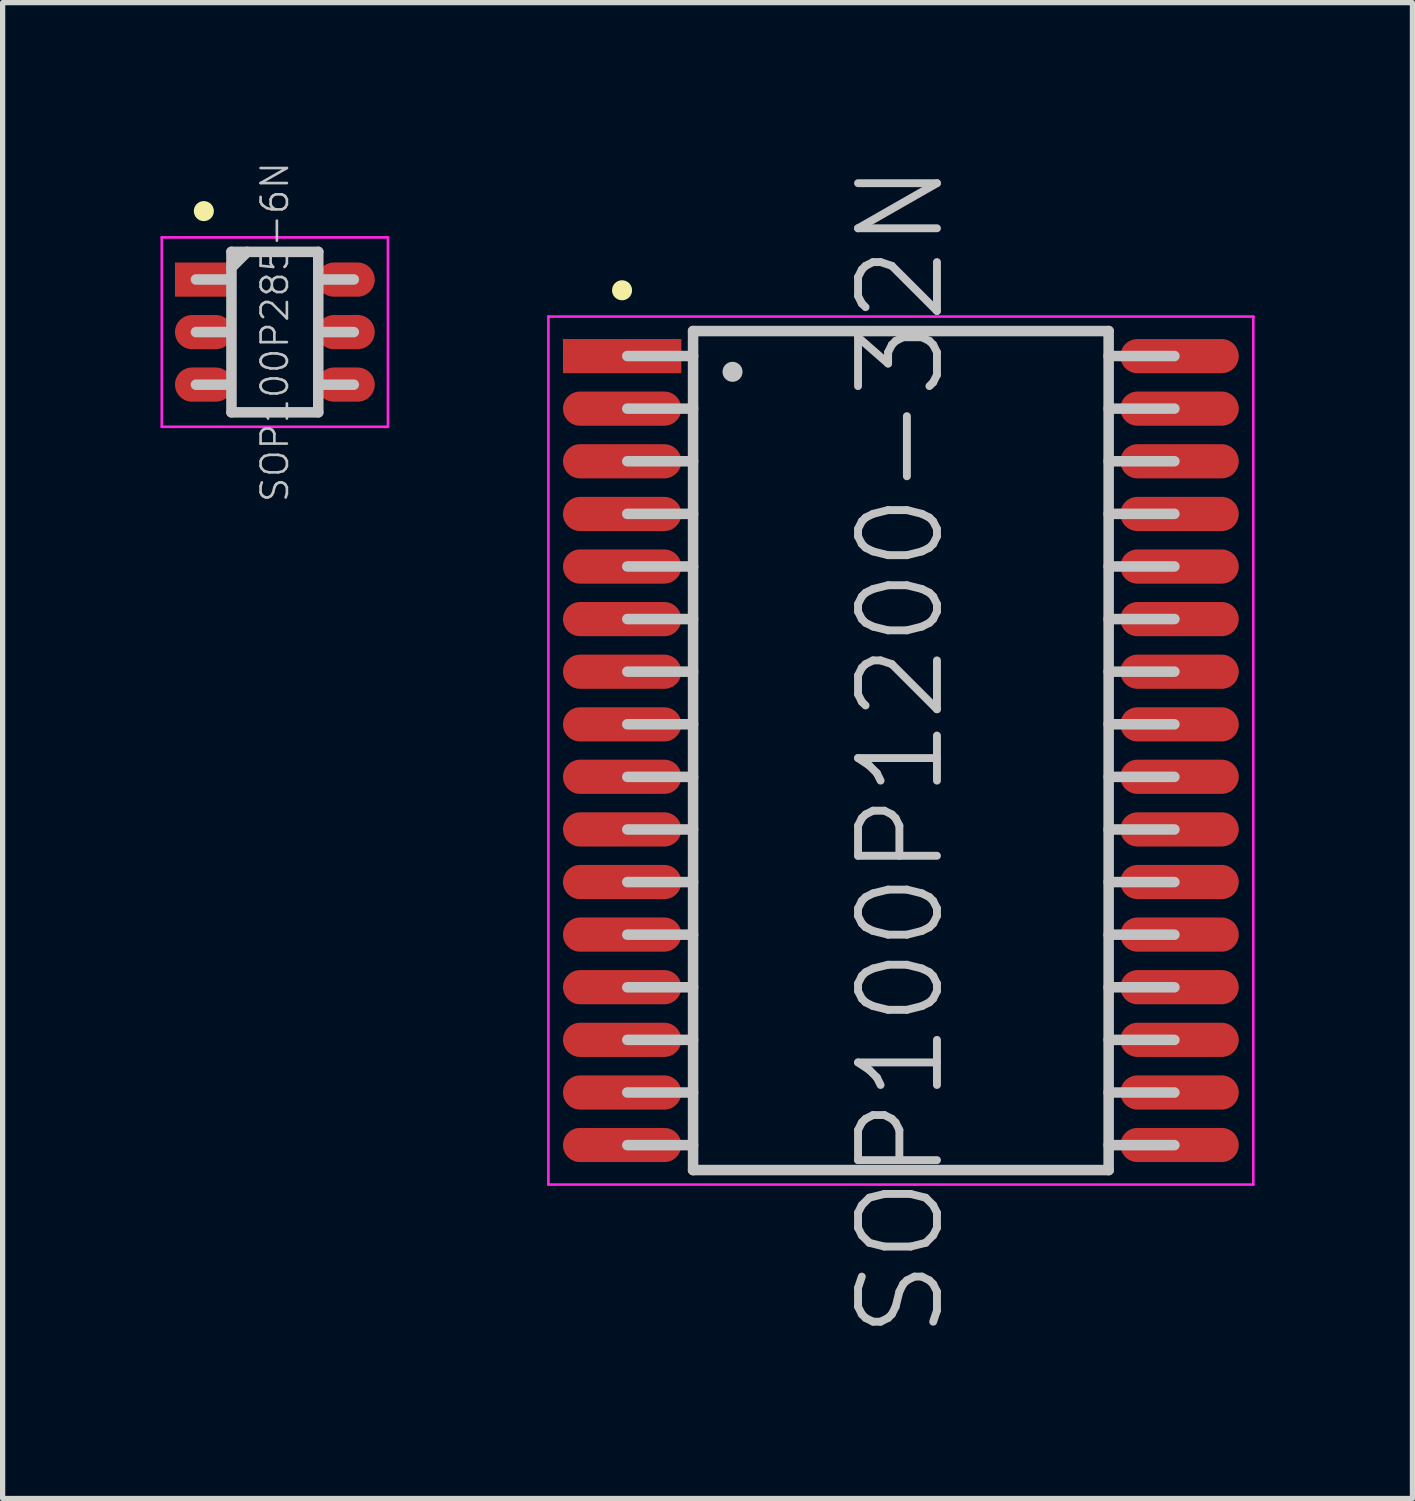
<source format=kicad_pcb>
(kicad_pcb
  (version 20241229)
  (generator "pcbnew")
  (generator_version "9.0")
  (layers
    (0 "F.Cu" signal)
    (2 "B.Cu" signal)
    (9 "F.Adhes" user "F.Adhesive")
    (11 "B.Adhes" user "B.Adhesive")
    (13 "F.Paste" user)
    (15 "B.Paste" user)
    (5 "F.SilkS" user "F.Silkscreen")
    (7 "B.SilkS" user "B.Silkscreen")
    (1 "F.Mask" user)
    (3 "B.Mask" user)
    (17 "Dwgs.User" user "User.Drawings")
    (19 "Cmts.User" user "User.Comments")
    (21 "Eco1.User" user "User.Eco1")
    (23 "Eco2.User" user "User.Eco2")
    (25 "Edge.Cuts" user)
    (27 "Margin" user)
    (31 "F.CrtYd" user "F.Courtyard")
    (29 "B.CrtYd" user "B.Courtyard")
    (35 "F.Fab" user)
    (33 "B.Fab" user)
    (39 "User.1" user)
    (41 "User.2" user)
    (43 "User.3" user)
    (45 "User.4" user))
  (footprint "SOP100P1200-32N"
    (layer "F.Cu")
    (at 14.075 11.218)
    (property "Reference" "SOP100P1200-32N" (at 0 0 90) (layer "Dwgs.User") (effects (font (size 1.5 1.5) (thickness 0.15))))
    (attr smd)
    (fp_line (start -5.3 -8.75) (end -5.3 -8.75) (stroke (width 0.381) (type solid)) (layer "F.SilkS"))
    (fp_line (start -3.95 -7.975) (end -3.95 7.975) (stroke (width 0.2) (type solid)) (layer "Dwgs.User"))
    (fp_line (start -3.95 -7.975) (end 3.95 -7.975) (stroke (width 0.2) (type solid)) (layer "Dwgs.User"))
    (fp_line (start -3.95 -7.5) (end -5.2 -7.5) (stroke (width 0.2) (type solid)) (layer "Dwgs.User"))
    (fp_line (start -3.95 -6.5) (end -5.2 -6.5) (stroke (width 0.2) (type solid)) (layer "Dwgs.User"))
    (fp_line (start -3.95 -5.5) (end -5.2 -5.5) (stroke (width 0.2) (type solid)) (layer "Dwgs.User"))
    (fp_line (start -3.95 -4.5) (end -5.2 -4.5) (stroke (width 0.2) (type solid)) (layer "Dwgs.User"))
    (fp_line (start -3.95 -3.5) (end -5.2 -3.5) (stroke (width 0.2) (type solid)) (layer "Dwgs.User"))
    (fp_line (start -3.95 -2.5) (end -5.2 -2.5) (stroke (width 0.2) (type solid)) (layer "Dwgs.User"))
    (fp_line (start -3.95 -1.5) (end -5.2 -1.5) (stroke (width 0.2) (type solid)) (layer "Dwgs.User"))
    (fp_line (start -3.95 -0.5) (end -5.2 -0.5) (stroke (width 0.2) (type solid)) (layer "Dwgs.User"))
    (fp_line (start -3.95 0.5) (end -5.2 0.5) (stroke (width 0.2) (type solid)) (layer "Dwgs.User"))
    (fp_line (start -3.95 1.5) (end -5.2 1.5) (stroke (width 0.2) (type solid)) (layer "Dwgs.User"))
    (fp_line (start -3.95 2.5) (end -5.2 2.5) (stroke (width 0.2) (type solid)) (layer "Dwgs.User"))
    (fp_line (start -3.95 3.5) (end -5.2 3.5) (stroke (width 0.2) (type solid)) (layer "Dwgs.User"))
    (fp_line (start -3.95 4.5) (end -5.2 4.5) (stroke (width 0.2) (type solid)) (layer "Dwgs.User"))
    (fp_line (start -3.95 5.5) (end -5.2 5.5) (stroke (width 0.2) (type solid)) (layer "Dwgs.User"))
    (fp_line (start -3.95 6.5) (end -5.2 6.5) (stroke (width 0.2) (type solid)) (layer "Dwgs.User"))
    (fp_line (start -3.95 7.5) (end -5.2 7.5) (stroke (width 0.2) (type solid)) (layer "Dwgs.User"))
    (fp_line (start -3.95 7.975) (end 3.95 7.975) (stroke (width 0.2) (type solid)) (layer "Dwgs.User"))
    (fp_line (start -3.2 -7.2) (end -3.2 -7.2) (stroke (width 0.381) (type solid)) (layer "Dwgs.User"))
    (fp_line (start 3.95 -7.975) (end 3.95 7.975) (stroke (width 0.2) (type solid)) (layer "Dwgs.User"))
    (fp_line (start 5.2 -7.5) (end 3.95 -7.5) (stroke (width 0.2) (type solid)) (layer "Dwgs.User"))
    (fp_line (start 5.2 -6.5) (end 3.95 -6.5) (stroke (width 0.2) (type solid)) (layer "Dwgs.User"))
    (fp_line (start 5.2 -5.5) (end 3.95 -5.5) (stroke (width 0.2) (type solid)) (layer "Dwgs.User"))
    (fp_line (start 5.2 -4.5) (end 3.95 -4.5) (stroke (width 0.2) (type solid)) (layer "Dwgs.User"))
    (fp_line (start 5.2 -3.5) (end 3.95 -3.5) (stroke (width 0.2) (type solid)) (layer "Dwgs.User"))
    (fp_line (start 5.2 -2.5) (end 3.95 -2.5) (stroke (width 0.2) (type solid)) (layer "Dwgs.User"))
    (fp_line (start 5.2 -1.5) (end 3.95 -1.5) (stroke (width 0.2) (type solid)) (layer "Dwgs.User"))
    (fp_line (start 5.2 -0.5) (end 3.95 -0.5) (stroke (width 0.2) (type solid)) (layer "Dwgs.User"))
    (fp_line (start 5.2 0.5) (end 3.95 0.5) (stroke (width 0.2) (type solid)) (layer "Dwgs.User"))
    (fp_line (start 5.2 1.5) (end 3.95 1.5) (stroke (width 0.2) (type solid)) (layer "Dwgs.User"))
    (fp_line (start 5.2 2.5) (end 3.95 2.5) (stroke (width 0.2) (type solid)) (layer "Dwgs.User"))
    (fp_line (start 5.2 3.5) (end 3.95 3.5) (stroke (width 0.2) (type solid)) (layer "Dwgs.User"))
    (fp_line (start 5.2 4.5) (end 3.95 4.5) (stroke (width 0.2) (type solid)) (layer "Dwgs.User"))
    (fp_line (start 5.2 5.5) (end 3.95 5.5) (stroke (width 0.2) (type solid)) (layer "Dwgs.User"))
    (fp_line (start 5.2 6.5) (end 3.95 6.5) (stroke (width 0.2) (type solid)) (layer "Dwgs.User"))
    (fp_line (start 5.2 7.5) (end 3.95 7.5) (stroke (width 0.2) (type solid)) (layer "Dwgs.User"))
    (fp_line (start -6.7 -8.25) (end -6.7 8.25) (stroke (width 0.05) (type solid)) (layer "F.CrtYd"))
    (fp_line (start -6.7 -8.25) (end 6.7 -8.25) (stroke (width 0.05) (type solid)) (layer "F.CrtYd"))
    (fp_line (start -6.7 8.25) (end 6.7 8.25) (stroke (width 0.05) (type solid)) (layer "F.CrtYd"))
    (fp_line (start 6.7 -8.25) (end 6.7 8.25) (stroke (width 0.05) (type solid)) (layer "F.CrtYd"))
    (pad "1" smd rect (at -5.298 -7.498 90) (size 0.65 2.25) (layers "F.Cu" "F.Mask" "F.Paste"))
    (pad "2" smd oval (at -5.298 -6.5 90) (size 0.65 2.25) (layers "F.Cu" "F.Mask" "F.Paste"))
    (pad "3" smd oval (at -5.298 -5.499 90) (size 0.65 2.25) (layers "F.Cu" "F.Mask" "F.Paste"))
    (pad "4" smd oval (at -5.298 -4.498 90) (size 0.65 2.25) (layers "F.Cu" "F.Mask" "F.Paste"))
    (pad "5" smd oval (at -5.298 -3.498 90) (size 0.65 2.25) (layers "F.Cu" "F.Mask" "F.Paste"))
    (pad "6" smd oval (at -5.298 -2.499 90) (size 0.65 2.25) (layers "F.Cu" "F.Mask" "F.Paste"))
    (pad "7" smd oval (at -5.298 -1.499 90) (size 0.65 2.25) (layers "F.Cu" "F.Mask" "F.Paste"))
    (pad "8" smd oval (at -5.298 -0.498 90) (size 0.65 2.25) (layers "F.Cu" "F.Mask" "F.Paste"))
    (pad "9" smd oval (at -5.298 0.498 90) (size 0.65 2.25) (layers "F.Cu" "F.Mask" "F.Paste"))
    (pad "10" smd oval (at -5.298 1.499 90) (size 0.65 2.25) (layers "F.Cu" "F.Mask" "F.Paste"))
    (pad "11" smd oval (at -5.298 2.499 90) (size 0.65 2.25) (layers "F.Cu" "F.Mask" "F.Paste"))
    (pad "12" smd oval (at -5.298 3.498 90) (size 0.65 2.25) (layers "F.Cu" "F.Mask" "F.Paste"))
    (pad "13" smd oval (at -5.298 4.498 90) (size 0.65 2.25) (layers "F.Cu" "F.Mask" "F.Paste"))
    (pad "14" smd oval (at -5.298 5.499 90) (size 0.65 2.25) (layers "F.Cu" "F.Mask" "F.Paste"))
    (pad "15" smd oval (at -5.298 6.5 90) (size 0.65 2.25) (layers "F.Cu" "F.Mask" "F.Paste"))
    (pad "16" smd oval (at -5.298 7.498 90) (size 0.65 2.25) (layers "F.Cu" "F.Mask" "F.Paste"))
    (pad "17" smd oval (at 5.298 7.498 270) (size 0.65 2.25) (layers "F.Cu" "F.Mask" "F.Paste"))
    (pad "18" smd oval (at 5.298 6.5 270) (size 0.65 2.25) (layers "F.Cu" "F.Mask" "F.Paste"))
    (pad "19" smd oval (at 5.298 5.499 270) (size 0.65 2.25) (layers "F.Cu" "F.Mask" "F.Paste"))
    (pad "20" smd oval (at 5.298 4.498 270) (size 0.65 2.25) (layers "F.Cu" "F.Mask" "F.Paste"))
    (pad "21" smd oval (at 5.298 3.498 270) (size 0.65 2.25) (layers "F.Cu" "F.Mask" "F.Paste"))
    (pad "22" smd oval (at 5.298 2.499 270) (size 0.65 2.25) (layers "F.Cu" "F.Mask" "F.Paste"))
    (pad "23" smd oval (at 5.298 1.499 270) (size 0.65 2.25) (layers "F.Cu" "F.Mask" "F.Paste"))
    (pad "24" smd oval (at 5.298 0.498 270) (size 0.65 2.25) (layers "F.Cu" "F.Mask" "F.Paste"))
    (pad "25" smd oval (at 5.298 -0.498 270) (size 0.65 2.25) (layers "F.Cu" "F.Mask" "F.Paste"))
    (pad "26" smd oval (at 5.298 -1.499 270) (size 0.65 2.25) (layers "F.Cu" "F.Mask" "F.Paste"))
    (pad "27" smd oval (at 5.298 -2.499 270) (size 0.65 2.25) (layers "F.Cu" "F.Mask" "F.Paste"))
    (pad "28" smd oval (at 5.298 -3.498 270) (size 0.65 2.25) (layers "F.Cu" "F.Mask" "F.Paste"))
    (pad "29" smd oval (at 5.298 -4.498 270) (size 0.65 2.25) (layers "F.Cu" "F.Mask" "F.Paste"))
    (pad "30" smd oval (at 5.298 -5.499 270) (size 0.65 2.25) (layers "F.Cu" "F.Mask" "F.Paste"))
    (pad "31" smd oval (at 5.298 -6.5 270) (size 0.65 2.25) (layers "F.Cu" "F.Mask" "F.Paste"))
    (pad "32" smd oval (at 5.298 -7.498 270) (size 0.65 2.25) (layers "F.Cu" "F.Mask" "F.Paste")))
  (footprint "SOP100P285-6N"
    (layer "F.Cu")
    (at 2.175 3.263)
    (property "Reference" "SOP100P285-6N" (at 0 0 90) (layer "Dwgs.User") (effects (font (size 0.5 0.5) (thickness 0.05))))
    (attr smd)
    (fp_line (start -1.35 -2.3) (end -1.35 -2.3) (stroke (width 0.381) (type solid)) (layer "F.SilkS"))
    (fp_line (start -0.85 -1) (end -1.5 -1) (stroke (width 0.2) (type solid)) (layer "Dwgs.User"))
    (fp_line (start -0.85 0) (end -1.5 0) (stroke (width 0.2) (type solid)) (layer "Dwgs.User"))
    (fp_line (start -0.85 1) (end -1.5 1) (stroke (width 0.2) (type solid)) (layer "Dwgs.User"))
    (fp_line (start -0.825 -1.525) (end -0.825 1.525) (stroke (width 0.2) (type solid)) (layer "Dwgs.User"))
    (fp_line (start -0.825 -1.525) (end 0.825 -1.525) (stroke (width 0.2) (type solid)) (layer "Dwgs.User"))
    (fp_line (start -0.825 -1.225) (end -0.525 -1.525) (stroke (width 0.2) (type solid)) (layer "Dwgs.User"))
    (fp_line (start -0.825 1.525) (end 0.825 1.525) (stroke (width 0.2) (type solid)) (layer "Dwgs.User"))
    (fp_line (start 0.825 -1.525) (end 0.825 1.525) (stroke (width 0.2) (type solid)) (layer "Dwgs.User"))
    (fp_line (start 1.5 -1) (end 0.85 -1) (stroke (width 0.2) (type solid)) (layer "Dwgs.User"))
    (fp_line (start 1.5 0) (end 0.85 0) (stroke (width 0.2) (type solid)) (layer "Dwgs.User"))
    (fp_line (start 1.5 1) (end 0.85 1) (stroke (width 0.2) (type solid)) (layer "Dwgs.User"))
    (fp_line (start -2.15 -1.8) (end -2.15 1.8) (stroke (width 0.05) (type solid)) (layer "F.CrtYd"))
    (fp_line (start -2.15 -1.8) (end 2.15 -1.8) (stroke (width 0.05) (type solid)) (layer "F.CrtYd"))
    (fp_line (start -2.15 1.8) (end 2.15 1.8) (stroke (width 0.05) (type solid)) (layer "F.CrtYd"))
    (fp_line (start 2.15 -1.8) (end 2.15 1.8) (stroke (width 0.05) (type solid)) (layer "F.CrtYd"))
    (pad "1" smd rect (at -1.349 -0.998 90) (size 0.65 1.1) (layers "F.Cu" "F.Mask" "F.Paste"))
    (pad "2" smd oval (at -1.349 0 90) (size 0.65 1.1) (layers "F.Cu" "F.Mask" "F.Paste"))
    (pad "3" smd oval (at -1.349 0.998 90) (size 0.65 1.1) (layers "F.Cu" "F.Mask" "F.Paste"))
    (pad "4" smd oval (at 1.349 0.998 270) (size 0.65 1.1) (layers "F.Cu" "F.Mask" "F.Paste"))
    (pad "5" smd oval (at 1.349 0 270) (size 0.65 1.1) (layers "F.Cu" "F.Mask" "F.Paste"))
    (pad "6" smd oval (at 1.349 -0.998 270) (size 0.65 1.1) (layers "F.Cu" "F.Mask" "F.Paste")))
  (gr_rect
    (start -3 -3)
    (end 23.8 25.436)
    (stroke (width 0.1) (type default))
    (fill no)
    (layer "Edge.Cuts")))
</source>
